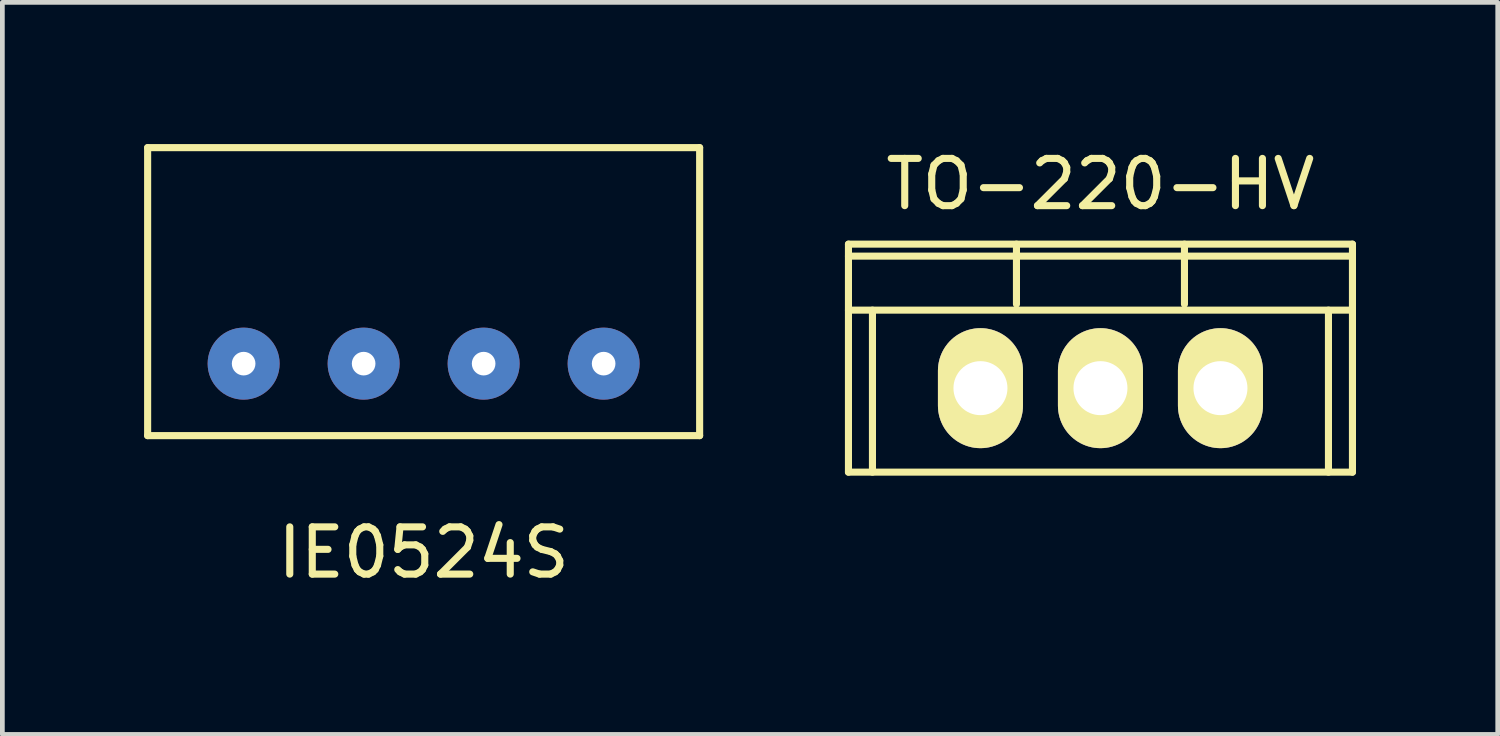
<source format=kicad_pcb>
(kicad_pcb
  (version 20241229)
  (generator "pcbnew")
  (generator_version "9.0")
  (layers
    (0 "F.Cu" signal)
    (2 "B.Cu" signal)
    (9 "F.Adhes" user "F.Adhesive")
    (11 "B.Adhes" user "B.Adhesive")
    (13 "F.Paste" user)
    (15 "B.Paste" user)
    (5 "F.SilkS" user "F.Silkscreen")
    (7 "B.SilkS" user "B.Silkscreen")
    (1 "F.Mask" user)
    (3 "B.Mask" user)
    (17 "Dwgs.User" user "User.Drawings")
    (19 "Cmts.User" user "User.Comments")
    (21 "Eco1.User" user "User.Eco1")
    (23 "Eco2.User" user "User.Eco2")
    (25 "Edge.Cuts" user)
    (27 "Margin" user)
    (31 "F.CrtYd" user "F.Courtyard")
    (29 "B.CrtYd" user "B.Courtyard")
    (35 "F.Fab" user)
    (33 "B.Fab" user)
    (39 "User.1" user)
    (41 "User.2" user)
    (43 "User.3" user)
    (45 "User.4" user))
  (footprint "IE0524S"
    (layer "F.Cu")
    (at 5.917 4.647)
    (property "Reference" "IE0524S" (at 0 4 0) (layer "F.SilkS") (effects (font (size 1 1) (thickness 0.15))))
    (attr through_hole)
    (fp_line (start -5.842 -4.572) (end -5.842 1.524) (stroke (width 0.15) (type solid)) (layer "F.SilkS"))
    (fp_line (start 5.842 -4.572) (end -5.842 -4.572) (stroke (width 0.15) (type solid)) (layer "F.SilkS"))
    (fp_line (start 5.842 -4.572) (end 5.842 1.524) (stroke (width 0.15) (type solid)) (layer "F.SilkS"))
    (fp_line (start 5.842 1.524) (end -5.842 1.524) (stroke (width 0.15) (type solid)) (layer "F.SilkS"))
    (pad "1" thru_hole circle (at -3.81 0) (size 1.524 1.524) (drill 0.5) (layers "*.Cu" "*.Mask"))
    (pad "2" thru_hole circle (at -1.27 0) (size 1.524 1.524) (drill 0.5) (layers "*.Cu" "*.Mask"))
    (pad "3" thru_hole circle (at 1.27 0) (size 1.524 1.524) (drill 0.5) (layers "*.Cu" "*.Mask"))
    (pad "4" thru_hole circle (at 3.81 0) (size 1.524 1.524) (drill 0.5) (layers "*.Cu" "*.Mask")))
  (footprint "TO-220-HV"
    (layer "F.Cu")
    (at 20.243 5.166)
    (property "Reference" "TO-220-HV" (at 0 -4.318 0) (layer "F.SilkS") (effects (font (size 1 1) (thickness 0.15))))
    (attr through_hole)
    (fp_line (start -5.334 -3.048) (end -5.334 1.778) (stroke (width 0.15) (type solid)) (layer "F.SilkS"))
    (fp_line (start -5.334 -1.651) (end 5.334 -1.651) (stroke (width 0.15) (type solid)) (layer "F.SilkS"))
    (fp_line (start -4.826 -1.651) (end -4.826 1.778) (stroke (width 0.15) (type solid)) (layer "F.SilkS"))
    (fp_line (start -1.778 -1.778) (end -1.778 -3.048) (stroke (width 0.15) (type solid)) (layer "F.SilkS"))
    (fp_line (start 1.778 -1.778) (end 1.778 -3.048) (stroke (width 0.15) (type solid)) (layer "F.SilkS"))
    (fp_line (start 4.826 -1.651) (end 4.826 1.778) (stroke (width 0.15) (type solid)) (layer "F.SilkS"))
    (fp_line (start 5.334 -3.048) (end -5.334 -3.048) (stroke (width 0.15) (type solid)) (layer "F.SilkS"))
    (fp_line (start 5.334 -3.048) (end 5.334 1.778) (stroke (width 0.15) (type solid)) (layer "F.SilkS"))
    (fp_line (start 5.334 -2.794) (end -5.334 -2.794) (stroke (width 0.15) (type solid)) (layer "F.SilkS"))
    (fp_line (start 5.334 1.778) (end -5.334 1.778) (stroke (width 0.15) (type solid)) (layer "F.SilkS"))
    (pad "1" thru_hole oval (at -2.54 0) (size 1.8 2.54) (drill 1.143) (layers "*.Cu" "*.Mask" "F.SilkS"))
    (pad "2" thru_hole oval (at 0 0) (size 1.8 2.54) (drill 1.143) (layers "*.Cu" "*.Mask" "F.SilkS"))
    (pad "3" thru_hole oval (at 2.54 0) (size 1.8 2.54) (drill 1.143) (layers "*.Cu" "*.Mask" "F.SilkS")))
  (gr_rect
    (start -3 -3)
    (end 28.652 12.495)
    (stroke (width 0.1) (type default))
    (fill no)
    (layer "Edge.Cuts")))
</source>
